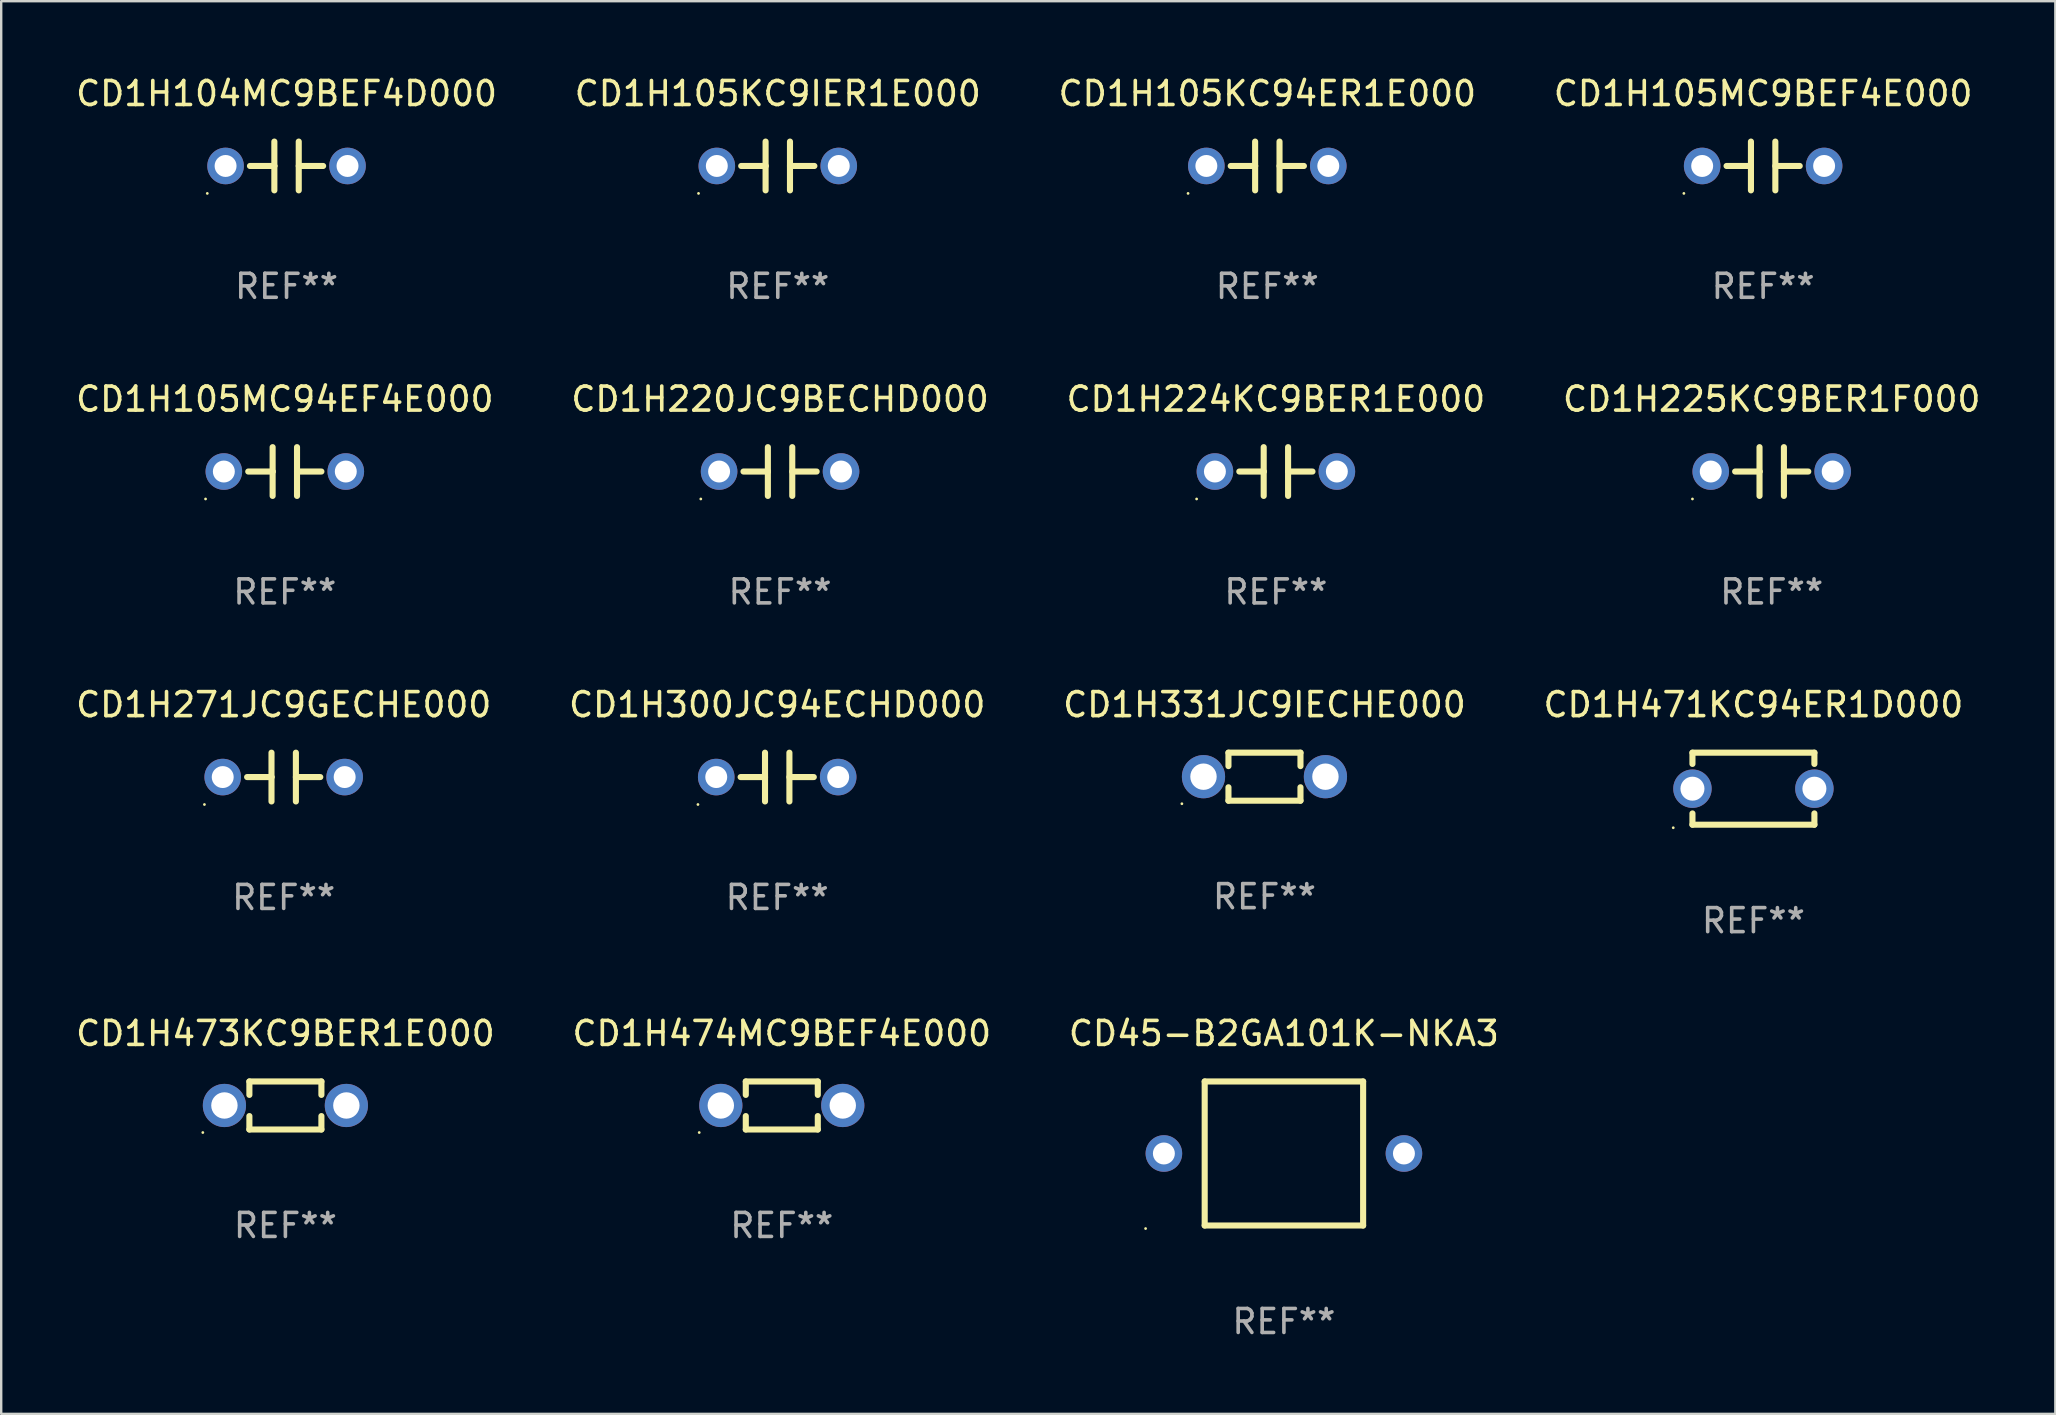
<source format=kicad_pcb>
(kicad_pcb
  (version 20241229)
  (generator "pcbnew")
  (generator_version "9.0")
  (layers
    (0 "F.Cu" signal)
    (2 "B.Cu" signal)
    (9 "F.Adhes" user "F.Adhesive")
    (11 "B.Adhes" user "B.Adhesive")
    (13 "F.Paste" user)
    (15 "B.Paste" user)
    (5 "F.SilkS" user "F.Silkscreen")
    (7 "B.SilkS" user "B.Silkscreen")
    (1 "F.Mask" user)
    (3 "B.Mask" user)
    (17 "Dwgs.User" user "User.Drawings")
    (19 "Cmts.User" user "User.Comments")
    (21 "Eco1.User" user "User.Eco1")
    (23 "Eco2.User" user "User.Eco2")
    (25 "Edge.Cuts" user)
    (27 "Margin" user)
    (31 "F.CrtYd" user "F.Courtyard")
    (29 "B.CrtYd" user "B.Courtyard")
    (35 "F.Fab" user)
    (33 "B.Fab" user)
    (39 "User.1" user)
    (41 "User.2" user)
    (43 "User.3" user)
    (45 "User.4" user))
  (footprint "CD1H105MC94EF4E000"
    (layer "F.Cu")
    (at 8.815 16.593)
    (property "Reference" "CD1H105MC94EF4E000" (at 0 -3.016 0) (layer "F.SilkS") (effects (font (size 1 1) (thickness 0.15))))
    (attr through_hole)
    (fp_line (start -1.524 0) (end -0.508 0) (stroke (width 0.254) (type solid)) (layer "F.SilkS"))
    (fp_line (start -0.508 0) (end -0.508 -1.016) (stroke (width 0.254) (type solid)) (layer "F.SilkS"))
    (fp_line (start -0.508 0) (end -0.508 1.016) (stroke (width 0.254) (type solid)) (layer "F.SilkS"))
    (fp_line (start 0.508 -1.016) (end 0.508 1.016) (stroke (width 0.254) (type solid)) (layer "F.SilkS"))
    (fp_line (start 1.524 0) (end 0.508 0) (stroke (width 0.254) (type solid)) (layer "F.SilkS"))
    (fp_circle (center -3.302 1.143) (end -3.272 1.143) (stroke (width 0.06) (type solid)) (fill no) (layer "F.SilkS"))
    (fp_text user "REF**" (at 0 5.016 0) (layer "F.Fab") (effects (font (size 1 1) (thickness 0.15))))
    (pad "1" thru_hole circle (at -2.54 0) (size 1.524 1.524) (drill 0.914) (layers "*.Cu" "*.Mask"))
    (pad "2" thru_hole circle (at 2.54 0) (size 1.524 1.524) (drill 0.914) (layers "*.Cu" "*.Mask")))
  (footprint "CD1H220JC9BECHD000"
    (layer "F.Cu")
    (at 29.446 16.593)
    (property "Reference" "CD1H220JC9BECHD000" (at 0 -3.016 0) (layer "F.SilkS") (effects (font (size 1 1) (thickness 0.15))))
    (attr through_hole)
    (fp_line (start -1.524 0) (end -0.508 0) (stroke (width 0.254) (type solid)) (layer "F.SilkS"))
    (fp_line (start -0.508 0) (end -0.508 -1.016) (stroke (width 0.254) (type solid)) (layer "F.SilkS"))
    (fp_line (start -0.508 0) (end -0.508 1.016) (stroke (width 0.254) (type solid)) (layer "F.SilkS"))
    (fp_line (start 0.508 -1.016) (end 0.508 1.016) (stroke (width 0.254) (type solid)) (layer "F.SilkS"))
    (fp_line (start 1.524 0) (end 0.508 0) (stroke (width 0.254) (type solid)) (layer "F.SilkS"))
    (fp_circle (center -3.302 1.143) (end -3.272 1.143) (stroke (width 0.06) (type solid)) (fill no) (layer "F.SilkS"))
    (fp_text user "REF**" (at 0 5.016 0) (layer "F.Fab") (effects (font (size 1 1) (thickness 0.15))))
    (pad "1" thru_hole circle (at -2.54 0) (size 1.524 1.524) (drill 0.914) (layers "*.Cu" "*.Mask"))
    (pad "2" thru_hole circle (at 2.54 0) (size 1.524 1.524) (drill 0.914) (layers "*.Cu" "*.Mask")))
  (footprint "CD1H271JC9GECHE000"
    (layer "F.Cu")
    (at 8.768 29.321)
    (property "Reference" "CD1H271JC9GECHE000" (at 0 -3.016 0) (layer "F.SilkS") (effects (font (size 1 1) (thickness 0.15))))
    (attr through_hole)
    (fp_line (start -1.524 0) (end -0.508 0) (stroke (width 0.254) (type solid)) (layer "F.SilkS"))
    (fp_line (start -0.508 0) (end -0.508 -1.016) (stroke (width 0.254) (type solid)) (layer "F.SilkS"))
    (fp_line (start -0.508 0) (end -0.508 1.016) (stroke (width 0.254) (type solid)) (layer "F.SilkS"))
    (fp_line (start 0.508 -1.016) (end 0.508 1.016) (stroke (width 0.254) (type solid)) (layer "F.SilkS"))
    (fp_line (start 1.524 0) (end 0.508 0) (stroke (width 0.254) (type solid)) (layer "F.SilkS"))
    (fp_circle (center -3.302 1.143) (end -3.272 1.143) (stroke (width 0.06) (type solid)) (fill no) (layer "F.SilkS"))
    (fp_text user "REF**" (at 0 5.016 0) (layer "F.Fab") (effects (font (size 1 1) (thickness 0.15))))
    (pad "1" thru_hole circle (at -2.54 0) (size 1.524 1.524) (drill 0.914) (layers "*.Cu" "*.Mask"))
    (pad "2" thru_hole circle (at 2.54 0) (size 1.524 1.524) (drill 0.914) (layers "*.Cu" "*.Mask")))
  (footprint "CD1H105KC94ER1E000"
    (layer "F.Cu")
    (at 49.744 3.864)
    (property "Reference" "CD1H105KC94ER1E000" (at 0 -3.016 0) (layer "F.SilkS") (effects (font (size 1 1) (thickness 0.15))))
    (attr through_hole)
    (fp_line (start -1.524 0) (end -0.508 0) (stroke (width 0.254) (type solid)) (layer "F.SilkS"))
    (fp_line (start -0.508 0) (end -0.508 -1.016) (stroke (width 0.254) (type solid)) (layer "F.SilkS"))
    (fp_line (start -0.508 0) (end -0.508 1.016) (stroke (width 0.254) (type solid)) (layer "F.SilkS"))
    (fp_line (start 0.508 -1.016) (end 0.508 1.016) (stroke (width 0.254) (type solid)) (layer "F.SilkS"))
    (fp_line (start 1.524 0) (end 0.508 0) (stroke (width 0.254) (type solid)) (layer "F.SilkS"))
    (fp_circle (center -3.302 1.143) (end -3.272 1.143) (stroke (width 0.06) (type solid)) (fill no) (layer "F.SilkS"))
    (fp_text user "REF**" (at 0 5.016 0) (layer "F.Fab") (effects (font (size 1 1) (thickness 0.15))))
    (pad "1" thru_hole circle (at -2.54 0) (size 1.524 1.524) (drill 0.914) (layers "*.Cu" "*.Mask"))
    (pad "2" thru_hole circle (at 2.54 0) (size 1.524 1.524) (drill 0.914) (layers "*.Cu" "*.Mask")))
  (footprint "CD45-B2GA101K-NKA3"
    (layer "F.Cu")
    (at 50.435 45.002)
    (property "Reference" "CD45-B2GA101K-NKA3" (at 0 -5 0) (layer "F.SilkS") (effects (font (size 1 1) (thickness 0.15))))
    (attr through_hole)
    (fp_line (start -3.3 -3) (end -3.3 3) (stroke (width 0.254) (type solid)) (layer "F.SilkS"))
    (fp_line (start -3.3 -3) (end 3.3 -3) (stroke (width 0.254) (type solid)) (layer "F.SilkS"))
    (fp_line (start -3.3 3) (end 3.3 3) (stroke (width 0.254) (type solid)) (layer "F.SilkS"))
    (fp_line (start 3.3 -3) (end 3.3 3) (stroke (width 0.254) (type solid)) (layer "F.SilkS"))
    (fp_circle (center -5.762 3.127) (end -5.732 3.127) (stroke (width 0.06) (type solid)) (fill no) (layer "F.SilkS"))
    (fp_text user "REF**" (at 0 7 0) (layer "F.Fab") (effects (font (size 1 1) (thickness 0.15))))
    (pad "1" thru_hole circle (at -5 0) (size 1.524 1.524) (drill 0.914) (layers "*.Cu" "*.Mask"))
    (pad "2" thru_hole circle (at 5 0) (size 1.524 1.524) (drill 0.914) (layers "*.Cu" "*.Mask")))
  (footprint "CD1H471KC94ER1D000"
    (layer "F.Cu")
    (at 69.994 29.805)
    (property "Reference" "CD1H471KC94ER1D000" (at 0 -3.5 0) (layer "F.SilkS") (effects (font (size 1 1) (thickness 0.15))))
    (attr through_hole)
    (fp_line (start -2.54 -1.5) (end -2.54 -1.031) (stroke (width 0.254) (type solid)) (layer "F.SilkS"))
    (fp_line (start -2.54 -1.5) (end 2.54 -1.5) (stroke (width 0.254) (type solid)) (layer "F.SilkS"))
    (fp_line (start -2.54 1.031) (end -2.54 1.5) (stroke (width 0.254) (type solid)) (layer "F.SilkS"))
    (fp_line (start -2.54 1.5) (end 2.54 1.5) (stroke (width 0.254) (type solid)) (layer "F.SilkS"))
    (fp_line (start 2.54 -1.5) (end 2.54 -1.031) (stroke (width 0.254) (type solid)) (layer "F.SilkS"))
    (fp_line (start 2.54 1.031) (end 2.54 1.5) (stroke (width 0.254) (type solid)) (layer "F.SilkS"))
    (fp_circle (center -3.34 1.627) (end -3.31 1.627) (stroke (width 0.06) (type solid)) (fill no) (layer "F.SilkS"))
    (fp_text user "REF**" (at 0 5.5 0) (layer "F.Fab") (effects (font (size 1 1) (thickness 0.15))))
    (pad "1" thru_hole circle (at -2.54 0) (size 1.6 1.6) (drill 1) (layers "*.Cu" "*.Mask"))
    (pad "2" thru_hole circle (at 2.54 0) (size 1.6 1.6) (drill 1) (layers "*.Cu" "*.Mask")))
  (footprint "CD1H331JC9IECHE000"
    (layer "F.Cu")
    (at 49.625 29.305)
    (property "Reference" "CD1H331JC9IECHE000" (at 0 -3 0) (layer "F.SilkS") (effects (font (size 1 1) (thickness 0.15))))
    (attr through_hole)
    (fp_line (start -1.5 -1) (end -1.5 -0.441) (stroke (width 0.254) (type solid)) (layer "F.SilkS"))
    (fp_line (start -1.5 -1) (end 1.5 -1) (stroke (width 0.254) (type solid)) (layer "F.SilkS"))
    (fp_line (start -1.5 0.441) (end -1.5 1) (stroke (width 0.254) (type solid)) (layer "F.SilkS"))
    (fp_line (start 1.5 -0.441) (end 1.5 -1) (stroke (width 0.254) (type solid)) (layer "F.SilkS"))
    (fp_line (start 1.5 1) (end -1.5 1) (stroke (width 0.254) (type solid)) (layer "F.SilkS"))
    (fp_line (start 1.5 1) (end 1.5 0.441) (stroke (width 0.254) (type solid)) (layer "F.SilkS"))
    (fp_circle (center -3.44 1.127) (end -3.41 1.127) (stroke (width 0.06) (type solid)) (fill no) (layer "F.SilkS"))
    (fp_text user "REF**" (at 0 5 0) (layer "F.Fab") (effects (font (size 1 1) (thickness 0.15))))
    (pad "1" thru_hole circle (at -2.54 0) (size 1.8 1.8) (drill 1.1) (layers "*.Cu" "*.Mask"))
    (pad "2" thru_hole circle (at 2.54 0) (size 1.8 1.8) (drill 1.1) (layers "*.Cu" "*.Mask")))
  (footprint "CD1H105MC9BEF4E000"
    (layer "F.Cu")
    (at 70.399 3.864)
    (property "Reference" "CD1H105MC9BEF4E000" (at 0 -3.016 0) (layer "F.SilkS") (effects (font (size 1 1) (thickness 0.15))))
    (attr through_hole)
    (fp_line (start -1.524 0) (end -0.508 0) (stroke (width 0.254) (type solid)) (layer "F.SilkS"))
    (fp_line (start -0.508 0) (end -0.508 -1.016) (stroke (width 0.254) (type solid)) (layer "F.SilkS"))
    (fp_line (start -0.508 0) (end -0.508 1.016) (stroke (width 0.254) (type solid)) (layer "F.SilkS"))
    (fp_line (start 0.508 -1.016) (end 0.508 1.016) (stroke (width 0.254) (type solid)) (layer "F.SilkS"))
    (fp_line (start 1.524 0) (end 0.508 0) (stroke (width 0.254) (type solid)) (layer "F.SilkS"))
    (fp_circle (center -3.302 1.143) (end -3.272 1.143) (stroke (width 0.06) (type solid)) (fill no) (layer "F.SilkS"))
    (fp_text user "REF**" (at 0 5.016 0) (layer "F.Fab") (effects (font (size 1 1) (thickness 0.15))))
    (pad "1" thru_hole circle (at -2.54 0) (size 1.524 1.524) (drill 0.914) (layers "*.Cu" "*.Mask"))
    (pad "2" thru_hole circle (at 2.54 0) (size 1.524 1.524) (drill 0.914) (layers "*.Cu" "*.Mask")))
  (footprint "CD1H300JC94ECHD000"
    (layer "F.Cu")
    (at 29.327 29.321)
    (property "Reference" "CD1H300JC94ECHD000" (at 0 -3.016 0) (layer "F.SilkS") (effects (font (size 1 1) (thickness 0.15))))
    (attr through_hole)
    (fp_line (start -1.524 0) (end -0.508 0) (stroke (width 0.254) (type solid)) (layer "F.SilkS"))
    (fp_line (start -0.508 0) (end -0.508 -1.016) (stroke (width 0.254) (type solid)) (layer "F.SilkS"))
    (fp_line (start -0.508 0) (end -0.508 1.016) (stroke (width 0.254) (type solid)) (layer "F.SilkS"))
    (fp_line (start 0.508 -1.016) (end 0.508 1.016) (stroke (width 0.254) (type solid)) (layer "F.SilkS"))
    (fp_line (start 1.524 0) (end 0.508 0) (stroke (width 0.254) (type solid)) (layer "F.SilkS"))
    (fp_circle (center -3.302 1.143) (end -3.272 1.143) (stroke (width 0.06) (type solid)) (fill no) (layer "F.SilkS"))
    (fp_text user "REF**" (at 0 5.016 0) (layer "F.Fab") (effects (font (size 1 1) (thickness 0.15))))
    (pad "1" thru_hole circle (at -2.54 0) (size 1.524 1.524) (drill 0.914) (layers "*.Cu" "*.Mask"))
    (pad "2" thru_hole circle (at 2.54 0) (size 1.524 1.524) (drill 0.914) (layers "*.Cu" "*.Mask")))
  (footprint "CD1H104MC9BEF4D000"
    (layer "F.Cu")
    (at 8.887 3.864)
    (property "Reference" "CD1H104MC9BEF4D000" (at 0 -3.016 0) (layer "F.SilkS") (effects (font (size 1 1) (thickness 0.15))))
    (attr through_hole)
    (fp_line (start -1.524 0) (end -0.508 0) (stroke (width 0.254) (type solid)) (layer "F.SilkS"))
    (fp_line (start -0.508 0) (end -0.508 -1.016) (stroke (width 0.254) (type solid)) (layer "F.SilkS"))
    (fp_line (start -0.508 0) (end -0.508 1.016) (stroke (width 0.254) (type solid)) (layer "F.SilkS"))
    (fp_line (start 0.508 -1.016) (end 0.508 1.016) (stroke (width 0.254) (type solid)) (layer "F.SilkS"))
    (fp_line (start 1.524 0) (end 0.508 0) (stroke (width 0.254) (type solid)) (layer "F.SilkS"))
    (fp_circle (center -3.302 1.143) (end -3.272 1.143) (stroke (width 0.06) (type solid)) (fill no) (layer "F.SilkS"))
    (fp_text user "REF**" (at 0 5.016 0) (layer "F.Fab") (effects (font (size 1 1) (thickness 0.15))))
    (pad "1" thru_hole circle (at -2.54 0) (size 1.524 1.524) (drill 0.914) (layers "*.Cu" "*.Mask"))
    (pad "2" thru_hole circle (at 2.54 0) (size 1.524 1.524) (drill 0.914) (layers "*.Cu" "*.Mask")))
  (footprint "CD1H473KC9BER1E000"
    (layer "F.Cu")
    (at 8.839 43.002)
    (property "Reference" "CD1H473KC9BER1E000" (at 0 -3 0) (layer "F.SilkS") (effects (font (size 1 1) (thickness 0.15))))
    (attr through_hole)
    (fp_line (start -1.5 -1) (end -1.5 -0.441) (stroke (width 0.254) (type solid)) (layer "F.SilkS"))
    (fp_line (start -1.5 -1) (end 1.5 -1) (stroke (width 0.254) (type solid)) (layer "F.SilkS"))
    (fp_line (start -1.5 0.441) (end -1.5 1) (stroke (width 0.254) (type solid)) (layer "F.SilkS"))
    (fp_line (start 1.5 -0.441) (end 1.5 -1) (stroke (width 0.254) (type solid)) (layer "F.SilkS"))
    (fp_line (start 1.5 1) (end -1.5 1) (stroke (width 0.254) (type solid)) (layer "F.SilkS"))
    (fp_line (start 1.5 1) (end 1.5 0.441) (stroke (width 0.254) (type solid)) (layer "F.SilkS"))
    (fp_circle (center -3.44 1.127) (end -3.41 1.127) (stroke (width 0.06) (type solid)) (fill no) (layer "F.SilkS"))
    (fp_text user "REF**" (at 0 5 0) (layer "F.Fab") (effects (font (size 1 1) (thickness 0.15))))
    (pad "1" thru_hole circle (at -2.54 0) (size 1.8 1.8) (drill 1.1) (layers "*.Cu" "*.Mask"))
    (pad "2" thru_hole circle (at 2.54 0) (size 1.8 1.8) (drill 1.1) (layers "*.Cu" "*.Mask")))
  (footprint "CD1H474MC9BEF4E000"
    (layer "F.Cu")
    (at 29.518 43.002)
    (property "Reference" "CD1H474MC9BEF4E000" (at 0 -3 0) (layer "F.SilkS") (effects (font (size 1 1) (thickness 0.15))))
    (attr through_hole)
    (fp_line (start -1.5 -1) (end -1.5 -0.441) (stroke (width 0.254) (type solid)) (layer "F.SilkS"))
    (fp_line (start -1.5 -1) (end 1.5 -1) (stroke (width 0.254) (type solid)) (layer "F.SilkS"))
    (fp_line (start -1.5 0.441) (end -1.5 1) (stroke (width 0.254) (type solid)) (layer "F.SilkS"))
    (fp_line (start 1.5 -0.441) (end 1.5 -1) (stroke (width 0.254) (type solid)) (layer "F.SilkS"))
    (fp_line (start 1.5 1) (end -1.5 1) (stroke (width 0.254) (type solid)) (layer "F.SilkS"))
    (fp_line (start 1.5 1) (end 1.5 0.441) (stroke (width 0.254) (type solid)) (layer "F.SilkS"))
    (fp_circle (center -3.44 1.127) (end -3.41 1.127) (stroke (width 0.06) (type solid)) (fill no) (layer "F.SilkS"))
    (fp_text user "REF**" (at 0 5 0) (layer "F.Fab") (effects (font (size 1 1) (thickness 0.15))))
    (pad "1" thru_hole circle (at -2.54 0) (size 1.8 1.8) (drill 1.1) (layers "*.Cu" "*.Mask"))
    (pad "2" thru_hole circle (at 2.54 0) (size 1.8 1.8) (drill 1.1) (layers "*.Cu" "*.Mask")))
  (footprint "CD1H224KC9BER1E000"
    (layer "F.Cu")
    (at 50.101 16.593)
    (property "Reference" "CD1H224KC9BER1E000" (at 0 -3.016 0) (layer "F.SilkS") (effects (font (size 1 1) (thickness 0.15))))
    (attr through_hole)
    (fp_line (start -1.524 0) (end -0.508 0) (stroke (width 0.254) (type solid)) (layer "F.SilkS"))
    (fp_line (start -0.508 0) (end -0.508 -1.016) (stroke (width 0.254) (type solid)) (layer "F.SilkS"))
    (fp_line (start -0.508 0) (end -0.508 1.016) (stroke (width 0.254) (type solid)) (layer "F.SilkS"))
    (fp_line (start 0.508 -1.016) (end 0.508 1.016) (stroke (width 0.254) (type solid)) (layer "F.SilkS"))
    (fp_line (start 1.524 0) (end 0.508 0) (stroke (width 0.254) (type solid)) (layer "F.SilkS"))
    (fp_circle (center -3.302 1.143) (end -3.272 1.143) (stroke (width 0.06) (type solid)) (fill no) (layer "F.SilkS"))
    (fp_text user "REF**" (at 0 5.016 0) (layer "F.Fab") (effects (font (size 1 1) (thickness 0.15))))
    (pad "1" thru_hole circle (at -2.54 0) (size 1.524 1.524) (drill 0.914) (layers "*.Cu" "*.Mask"))
    (pad "2" thru_hole circle (at 2.54 0) (size 1.524 1.524) (drill 0.914) (layers "*.Cu" "*.Mask")))
  (footprint "CD1H225KC9BER1F000"
    (layer "F.Cu")
    (at 70.756 16.593)
    (property "Reference" "CD1H225KC9BER1F000" (at 0 -3.016 0) (layer "F.SilkS") (effects (font (size 1 1) (thickness 0.15))))
    (attr through_hole)
    (fp_line (start -1.524 0) (end -0.508 0) (stroke (width 0.254) (type solid)) (layer "F.SilkS"))
    (fp_line (start -0.508 0) (end -0.508 -1.016) (stroke (width 0.254) (type solid)) (layer "F.SilkS"))
    (fp_line (start -0.508 0) (end -0.508 1.016) (stroke (width 0.254) (type solid)) (layer "F.SilkS"))
    (fp_line (start 0.508 -1.016) (end 0.508 1.016) (stroke (width 0.254) (type solid)) (layer "F.SilkS"))
    (fp_line (start 1.524 0) (end 0.508 0) (stroke (width 0.254) (type solid)) (layer "F.SilkS"))
    (fp_circle (center -3.302 1.143) (end -3.272 1.143) (stroke (width 0.06) (type solid)) (fill no) (layer "F.SilkS"))
    (fp_text user "REF**" (at 0 5.016 0) (layer "F.Fab") (effects (font (size 1 1) (thickness 0.15))))
    (pad "1" thru_hole circle (at -2.54 0) (size 1.524 1.524) (drill 0.914) (layers "*.Cu" "*.Mask"))
    (pad "2" thru_hole circle (at 2.54 0) (size 1.524 1.524) (drill 0.914) (layers "*.Cu" "*.Mask")))
  (footprint "CD1H105KC9IER1E000"
    (layer "F.Cu")
    (at 29.351 3.864)
    (property "Reference" "CD1H105KC9IER1E000" (at 0 -3.016 0) (layer "F.SilkS") (effects (font (size 1 1) (thickness 0.15))))
    (attr through_hole)
    (fp_line (start -1.524 0) (end -0.508 0) (stroke (width 0.254) (type solid)) (layer "F.SilkS"))
    (fp_line (start -0.508 0) (end -0.508 -1.016) (stroke (width 0.254) (type solid)) (layer "F.SilkS"))
    (fp_line (start -0.508 0) (end -0.508 1.016) (stroke (width 0.254) (type solid)) (layer "F.SilkS"))
    (fp_line (start 0.508 -1.016) (end 0.508 1.016) (stroke (width 0.254) (type solid)) (layer "F.SilkS"))
    (fp_line (start 1.524 0) (end 0.508 0) (stroke (width 0.254) (type solid)) (layer "F.SilkS"))
    (fp_circle (center -3.302 1.143) (end -3.272 1.143) (stroke (width 0.06) (type solid)) (fill no) (layer "F.SilkS"))
    (fp_text user "REF**" (at 0 5.016 0) (layer "F.Fab") (effects (font (size 1 1) (thickness 0.15))))
    (pad "1" thru_hole circle (at -2.54 0) (size 1.524 1.524) (drill 0.914) (layers "*.Cu" "*.Mask"))
    (pad "2" thru_hole circle (at 2.54 0) (size 1.524 1.524) (drill 0.914) (layers "*.Cu" "*.Mask")))
  (gr_rect
    (start -3 -3)
    (end 82.571 55.85)
    (stroke (width 0.1) (type default))
    (fill no)
    (layer "Edge.Cuts")))
</source>
